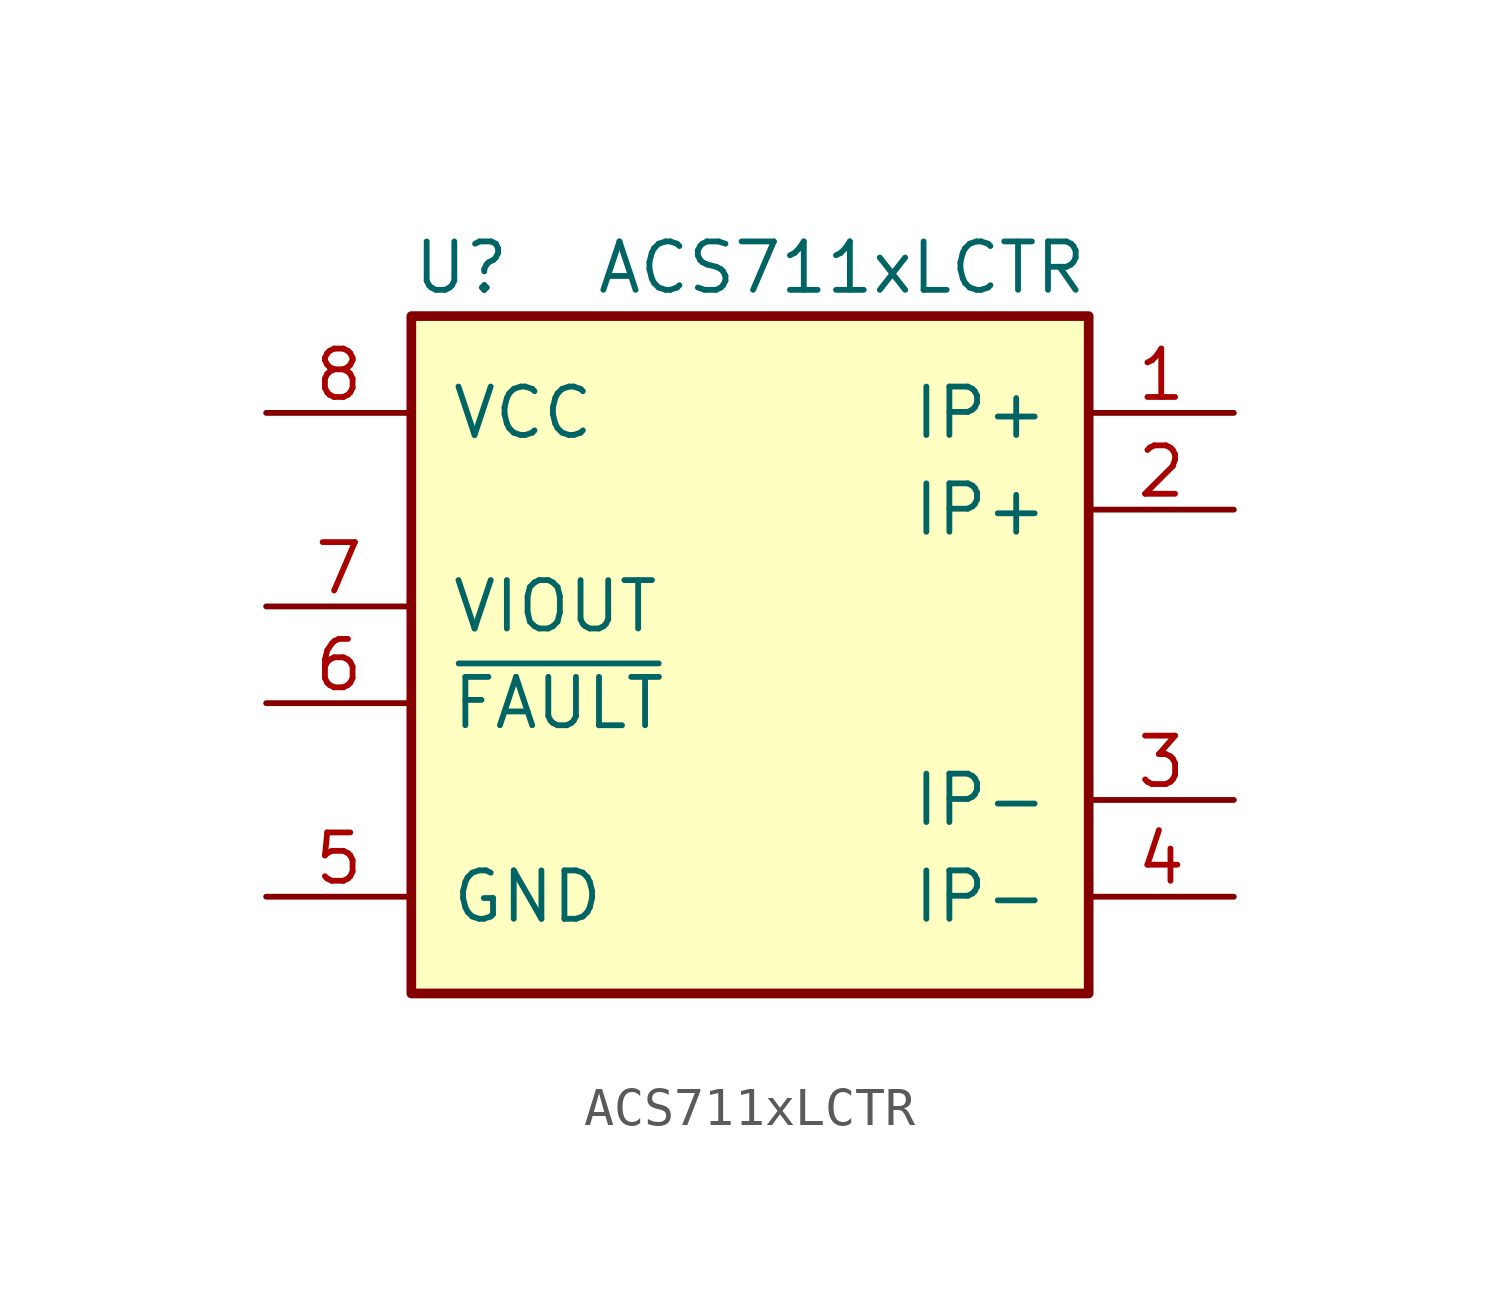
<source format=kicad_sym>
(kicad_symbol_lib
  (version 20231120)
  (generator "kicad_symbol_editor")
  (generator_version "8.0")
  (symbol "ACS711xLCTR"
    (pin_names
      (offset 1.016))
    (property "Reference" "U"
      (at -8.89 8.89 0)
      (effects (font (size 1.27 1.27)) (justify left)))
    (property "Value" "ACS711xLCTR"
      (at 8.89 8.89 0)
      (effects (font (size 1.27 1.27)) (justify right)))
    (symbol "ACS711xLCTR_0_1"
      (rectangle (start -8.89 7.62) (end 8.89 -10.16) (stroke (width 0.254) (type default)) (fill (type background))))
    (symbol "ACS711xLCTR_1_1"
      (pin passive line (at 12.7 5.08 180) (length 3.81) (name "IP+" (effects (font (size 1.27 1.27)))) (number "1" (effects (font (size 1.27 1.27)))))
      (pin passive line (at 12.7 2.54 180) (length 3.81) (name "IP+" (effects (font (size 1.27 1.27)))) (number "2" (effects (font (size 1.27 1.27)))))
      (pin passive line (at 12.7 -5.08 180) (length 3.81) (name "IP-" (effects (font (size 1.27 1.27)))) (number "3" (effects (font (size 1.27 1.27)))))
      (pin passive line (at 12.7 -7.62 180) (length 3.81) (name "IP-" (effects (font (size 1.27 1.27)))) (number "4" (effects (font (size 1.27 1.27)))))
      (pin power_in line (at -12.7 -7.62 0) (length 3.81) (name "GND" (effects (font (size 1.27 1.27)))) (number "5" (effects (font (size 1.27 1.27)))))
      (pin output line (at -12.7 -2.54 0) (length 3.81) (name "~{FAULT}" (effects (font (size 1.27 1.27)))) (number "6" (effects (font (size 1.27 1.27)))))
      (pin output line (at -12.7 0 0) (length 3.81) (name "VIOUT" (effects (font (size 1.27 1.27)))) (number "7" (effects (font (size 1.27 1.27)))))
      (pin power_in line (at -12.7 5.08 0) (length 3.81) (name "VCC" (effects (font (size 1.27 1.27)))) (number "8" (effects (font (size 1.27 1.27))))))))
</source>
